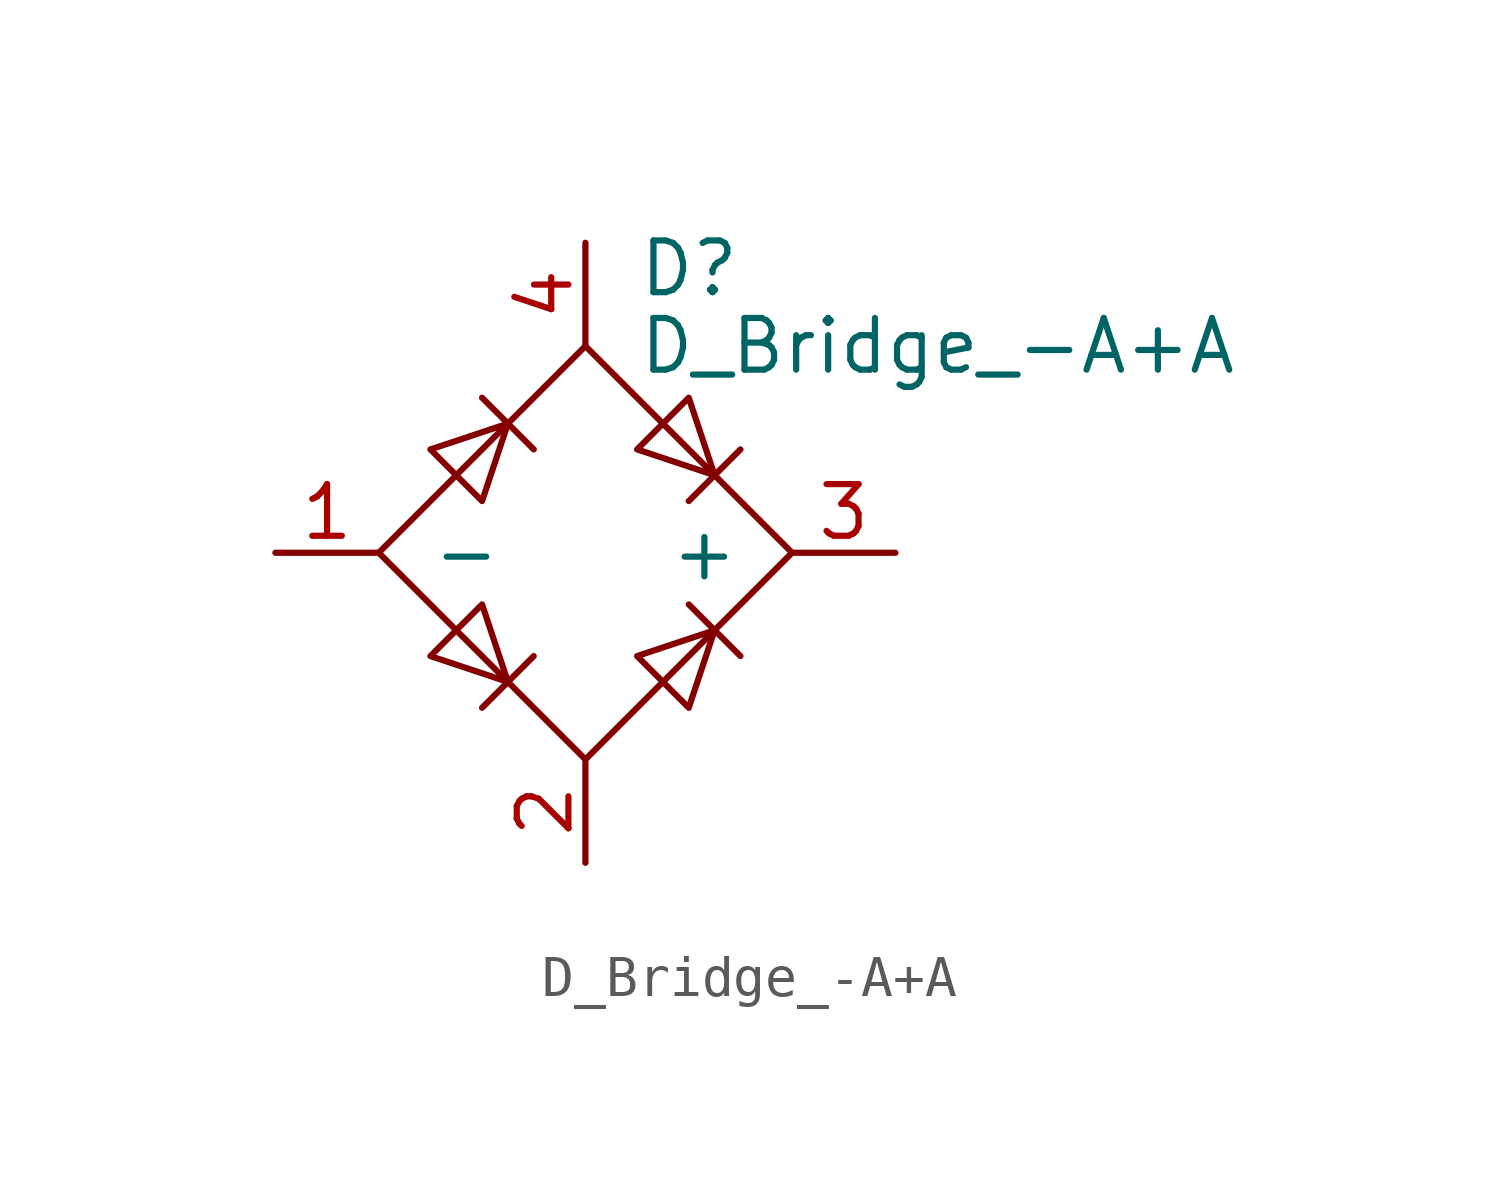
<source format=kicad_sym>
(kicad_symbol_lib
  (version 20211014)
  (generator kicad_symbol_editor)
  (symbol "D_Bridge_-A+A"
    (pin_names
      (offset 1.27))
    (property "Reference" "D"
      (at 1.27 6.985 0)
      (effects (font (size 1.27 1.27)) (justify left)))
    (property "Value" "D_Bridge_-A+A"
      (at 1.27 5.08 0)
      (effects (font (size 1.27 1.27)) (justify left)))
    (symbol "D_Bridge_-A+A_0_1"
      (polyline (pts (xy -2.54 3.81) (xy -1.27 2.54)) (stroke (width 0) (type default) (color 0 0 0 0)) (fill (type none)))
      (polyline (pts (xy -1.27 -2.54) (xy -2.54 -3.81)) (stroke (width 0) (type default) (color 0 0 0 0)) (fill (type none)))
      (polyline (pts (xy 2.54 -1.27) (xy 3.81 -2.54)) (stroke (width 0) (type default) (color 0 0 0 0)) (fill (type none)))
      (polyline (pts (xy 2.54 1.27) (xy 3.81 2.54)) (stroke (width 0) (type default) (color 0 0 0 0)) (fill (type none)))
      (polyline (pts (xy -3.81 2.54) (xy -2.54 1.27) (xy -1.905 3.175) (xy -3.81 2.54)) (stroke (width 0) (type default) (color 0 0 0 0)) (fill (type none)))
      (polyline (pts (xy -2.54 -1.27) (xy -3.81 -2.54) (xy -1.905 -3.175) (xy -2.54 -1.27)) (stroke (width 0) (type default) (color 0 0 0 0)) (fill (type none)))
      (polyline (pts (xy 1.27 2.54) (xy 2.54 3.81) (xy 3.175 1.905) (xy 1.27 2.54)) (stroke (width 0) (type default) (color 0 0 0 0)) (fill (type none)))
      (polyline (pts (xy 3.175 -1.905) (xy 1.27 -2.54) (xy 2.54 -3.81) (xy 3.175 -1.905)) (stroke (width 0) (type default) (color 0 0 0 0)) (fill (type none)))
      (polyline (pts (xy -5.08 0) (xy 0 -5.08) (xy 5.08 0) (xy 0 5.08) (xy -5.08 0)) (stroke (width 0) (type default) (color 0 0 0 0)) (fill (type none))))
    (symbol "D_Bridge_-A+A_1_1"
      (pin input line (at -7.62 0 0) (length 2.54) (name "-" (effects (font (size 1.27 1.27)))) (number "1" (effects (font (size 1.27 1.27)))))
      (pin input line (at 0 -7.62 90) (length 2.54) (name "~" (effects (font (size 1.27 1.27)))) (number "2" (effects (font (size 1.27 1.27)))))
      (pin input line (at 7.62 0 180) (length 2.54) (name "+" (effects (font (size 1.27 1.27)))) (number "3" (effects (font (size 1.27 1.27)))))
      (pin input line (at 0 7.62 270) (length 2.54) (name "~" (effects (font (size 1.27 1.27)))) (number "4" (effects (font (size 1.27 1.27))))))))
</source>
